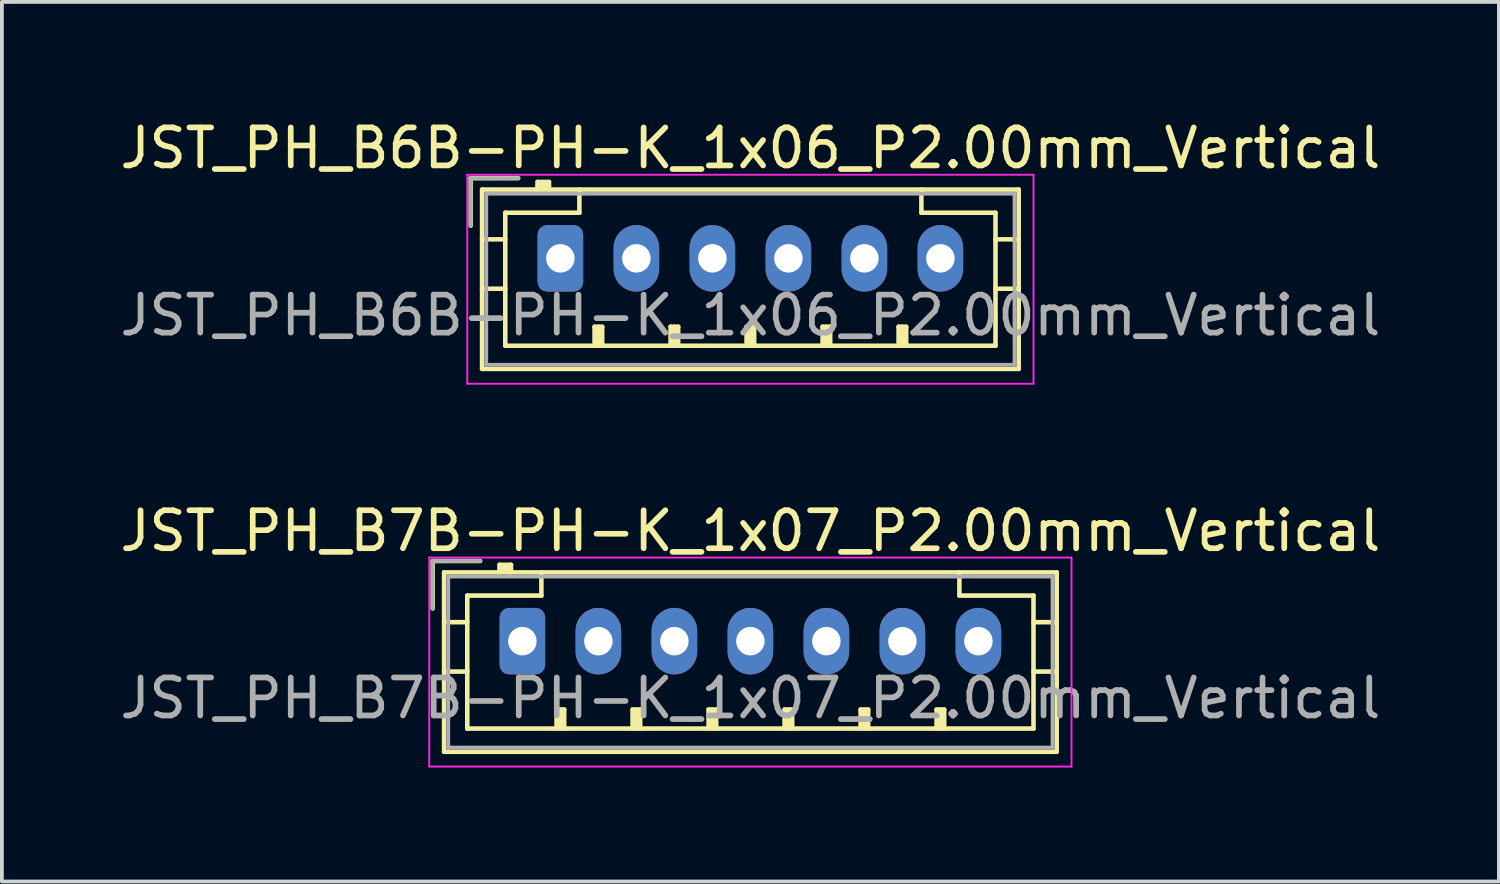
<source format=kicad_pcb>
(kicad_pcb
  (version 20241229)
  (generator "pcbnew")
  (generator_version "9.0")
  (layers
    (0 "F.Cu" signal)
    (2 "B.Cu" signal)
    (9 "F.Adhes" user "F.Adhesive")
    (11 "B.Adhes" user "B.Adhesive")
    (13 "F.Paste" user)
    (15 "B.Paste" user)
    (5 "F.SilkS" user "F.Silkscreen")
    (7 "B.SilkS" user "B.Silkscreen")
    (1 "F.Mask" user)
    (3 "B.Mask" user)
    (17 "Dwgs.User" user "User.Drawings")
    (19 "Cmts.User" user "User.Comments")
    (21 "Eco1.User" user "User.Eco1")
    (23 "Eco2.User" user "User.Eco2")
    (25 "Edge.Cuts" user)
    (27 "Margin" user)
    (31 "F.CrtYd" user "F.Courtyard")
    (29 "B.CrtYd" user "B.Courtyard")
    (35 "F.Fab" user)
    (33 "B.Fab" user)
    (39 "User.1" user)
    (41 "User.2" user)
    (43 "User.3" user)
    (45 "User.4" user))
  (footprint "JST_PH_B6B-PH-K_1x06_P2.00mm_Vertical"
    (layer "F.Cu")
    (at 11.696 3.748)
    (property "Reference" "JST_PH_B6B-PH-K_1x06_P2.00mm_Vertical" (at 5 -2.9 0) (layer "F.SilkS") (effects (font (size 1 1) (thickness 0.15))))
    (attr through_hole)
    (fp_line (start -2.36 -2.11) (end -2.36 -0.86) (stroke (width 0.12) (type solid)) (layer "F.SilkS"))
    (fp_line (start -2.06 -1.81) (end -2.06 2.91) (stroke (width 0.12) (type solid)) (layer "F.SilkS"))
    (fp_line (start -2.06 -0.5) (end -1.45 -0.5) (stroke (width 0.12) (type solid)) (layer "F.SilkS"))
    (fp_line (start -2.06 0.8) (end -1.45 0.8) (stroke (width 0.12) (type solid)) (layer "F.SilkS"))
    (fp_line (start -2.06 2.91) (end 12.06 2.91) (stroke (width 0.12) (type solid)) (layer "F.SilkS"))
    (fp_line (start -1.45 -1.2) (end -1.45 2.3) (stroke (width 0.12) (type solid)) (layer "F.SilkS"))
    (fp_line (start -1.45 2.3) (end 11.45 2.3) (stroke (width 0.12) (type solid)) (layer "F.SilkS"))
    (fp_line (start -1.11 -2.11) (end -2.36 -2.11) (stroke (width 0.12) (type solid)) (layer "F.SilkS"))
    (fp_line (start -0.6 -2.01) (end -0.6 -1.81) (stroke (width 0.12) (type solid)) (layer "F.SilkS"))
    (fp_line (start -0.3 -2.01) (end -0.6 -2.01) (stroke (width 0.12) (type solid)) (layer "F.SilkS"))
    (fp_line (start -0.3 -1.91) (end -0.6 -1.91) (stroke (width 0.12) (type solid)) (layer "F.SilkS"))
    (fp_line (start -0.3 -1.81) (end -0.3 -2.01) (stroke (width 0.12) (type solid)) (layer "F.SilkS"))
    (fp_line (start 0.5 -1.81) (end 0.5 -1.2) (stroke (width 0.12) (type solid)) (layer "F.SilkS"))
    (fp_line (start 0.5 -1.2) (end -1.45 -1.2) (stroke (width 0.12) (type solid)) (layer "F.SilkS"))
    (fp_line (start 0.9 1.8) (end 1.1 1.8) (stroke (width 0.12) (type solid)) (layer "F.SilkS"))
    (fp_line (start 0.9 2.3) (end 0.9 1.8) (stroke (width 0.12) (type solid)) (layer "F.SilkS"))
    (fp_line (start 1 2.3) (end 1 1.8) (stroke (width 0.12) (type solid)) (layer "F.SilkS"))
    (fp_line (start 1.1 1.8) (end 1.1 2.3) (stroke (width 0.12) (type solid)) (layer "F.SilkS"))
    (fp_line (start 2.9 1.8) (end 3.1 1.8) (stroke (width 0.12) (type solid)) (layer "F.SilkS"))
    (fp_line (start 2.9 2.3) (end 2.9 1.8) (stroke (width 0.12) (type solid)) (layer "F.SilkS"))
    (fp_line (start 3 2.3) (end 3 1.8) (stroke (width 0.12) (type solid)) (layer "F.SilkS"))
    (fp_line (start 3.1 1.8) (end 3.1 2.3) (stroke (width 0.12) (type solid)) (layer "F.SilkS"))
    (fp_line (start 4.9 1.8) (end 5.1 1.8) (stroke (width 0.12) (type solid)) (layer "F.SilkS"))
    (fp_line (start 4.9 2.3) (end 4.9 1.8) (stroke (width 0.12) (type solid)) (layer "F.SilkS"))
    (fp_line (start 5 2.3) (end 5 1.8) (stroke (width 0.12) (type solid)) (layer "F.SilkS"))
    (fp_line (start 5.1 1.8) (end 5.1 2.3) (stroke (width 0.12) (type solid)) (layer "F.SilkS"))
    (fp_line (start 6.9 1.8) (end 7.1 1.8) (stroke (width 0.12) (type solid)) (layer "F.SilkS"))
    (fp_line (start 6.9 2.3) (end 6.9 1.8) (stroke (width 0.12) (type solid)) (layer "F.SilkS"))
    (fp_line (start 7 2.3) (end 7 1.8) (stroke (width 0.12) (type solid)) (layer "F.SilkS"))
    (fp_line (start 7.1 1.8) (end 7.1 2.3) (stroke (width 0.12) (type solid)) (layer "F.SilkS"))
    (fp_line (start 8.9 1.8) (end 9.1 1.8) (stroke (width 0.12) (type solid)) (layer "F.SilkS"))
    (fp_line (start 8.9 2.3) (end 8.9 1.8) (stroke (width 0.12) (type solid)) (layer "F.SilkS"))
    (fp_line (start 9 2.3) (end 9 1.8) (stroke (width 0.12) (type solid)) (layer "F.SilkS"))
    (fp_line (start 9.1 1.8) (end 9.1 2.3) (stroke (width 0.12) (type solid)) (layer "F.SilkS"))
    (fp_line (start 9.5 -1.2) (end 9.5 -1.81) (stroke (width 0.12) (type solid)) (layer "F.SilkS"))
    (fp_line (start 11.45 -1.2) (end 9.5 -1.2) (stroke (width 0.12) (type solid)) (layer "F.SilkS"))
    (fp_line (start 11.45 2.3) (end 11.45 -1.2) (stroke (width 0.12) (type solid)) (layer "F.SilkS"))
    (fp_line (start 12.06 -1.81) (end -2.06 -1.81) (stroke (width 0.12) (type solid)) (layer "F.SilkS"))
    (fp_line (start 12.06 -0.5) (end 11.45 -0.5) (stroke (width 0.12) (type solid)) (layer "F.SilkS"))
    (fp_line (start 12.06 0.8) (end 11.45 0.8) (stroke (width 0.12) (type solid)) (layer "F.SilkS"))
    (fp_line (start 12.06 2.91) (end 12.06 -1.81) (stroke (width 0.12) (type solid)) (layer "F.SilkS"))
    (fp_line (start -2.45 -2.2) (end -2.45 3.3) (stroke (width 0.05) (type solid)) (layer "F.CrtYd"))
    (fp_line (start -2.45 3.3) (end 12.45 3.3) (stroke (width 0.05) (type solid)) (layer "F.CrtYd"))
    (fp_line (start 12.45 -2.2) (end -2.45 -2.2) (stroke (width 0.05) (type solid)) (layer "F.CrtYd"))
    (fp_line (start 12.45 3.3) (end 12.45 -2.2) (stroke (width 0.05) (type solid)) (layer "F.CrtYd"))
    (fp_line (start -2.36 -2.11) (end -2.36 -0.86) (stroke (width 0.1) (type solid)) (layer "F.Fab"))
    (fp_line (start -1.95 -1.7) (end -1.95 2.8) (stroke (width 0.1) (type solid)) (layer "F.Fab"))
    (fp_line (start -1.95 2.8) (end 11.95 2.8) (stroke (width 0.1) (type solid)) (layer "F.Fab"))
    (fp_line (start -1.11 -2.11) (end -2.36 -2.11) (stroke (width 0.1) (type solid)) (layer "F.Fab"))
    (fp_line (start 11.95 -1.7) (end -1.95 -1.7) (stroke (width 0.1) (type solid)) (layer "F.Fab"))
    (fp_line (start 11.95 2.8) (end 11.95 -1.7) (stroke (width 0.1) (type solid)) (layer "F.Fab"))
    (fp_text user "${REFERENCE}" (at 5 1.5 0) (layer "F.Fab") (effects (font (size 1 1) (thickness 0.15))))
    (pad "1" thru_hole roundrect (at 0 0) (size 1.2 1.75) (drill 0.75) (layers "*.Cu" "*.Mask") (roundrect_rratio 0.208))
    (pad "2" thru_hole oval (at 2 0) (size 1.2 1.75) (drill 0.75) (layers "*.Cu" "*.Mask"))
    (pad "3" thru_hole oval (at 4 0) (size 1.2 1.75) (drill 0.75) (layers "*.Cu" "*.Mask"))
    (pad "4" thru_hole oval (at 6 0) (size 1.2 1.75) (drill 0.75) (layers "*.Cu" "*.Mask"))
    (pad "5" thru_hole oval (at 8 0) (size 1.2 1.75) (drill 0.75) (layers "*.Cu" "*.Mask"))
    (pad "6" thru_hole oval (at 10 0) (size 1.2 1.75) (drill 0.75) (layers "*.Cu" "*.Mask")))
  (footprint "JST_PH_B7B-PH-K_1x07_P2.00mm_Vertical"
    (layer "F.Cu")
    (at 10.696 13.822)
    (property "Reference" "JST_PH_B7B-PH-K_1x07_P2.00mm_Vertical" (at 6 -2.9 0) (layer "F.SilkS") (effects (font (size 1 1) (thickness 0.15))))
    (attr through_hole)
    (fp_line (start -2.36 -2.11) (end -2.36 -0.86) (stroke (width 0.12) (type solid)) (layer "F.SilkS"))
    (fp_line (start -2.06 -1.81) (end -2.06 2.91) (stroke (width 0.12) (type solid)) (layer "F.SilkS"))
    (fp_line (start -2.06 -0.5) (end -1.45 -0.5) (stroke (width 0.12) (type solid)) (layer "F.SilkS"))
    (fp_line (start -2.06 0.8) (end -1.45 0.8) (stroke (width 0.12) (type solid)) (layer "F.SilkS"))
    (fp_line (start -2.06 2.91) (end 14.06 2.91) (stroke (width 0.12) (type solid)) (layer "F.SilkS"))
    (fp_line (start -1.45 -1.2) (end -1.45 2.3) (stroke (width 0.12) (type solid)) (layer "F.SilkS"))
    (fp_line (start -1.45 2.3) (end 13.45 2.3) (stroke (width 0.12) (type solid)) (layer "F.SilkS"))
    (fp_line (start -1.11 -2.11) (end -2.36 -2.11) (stroke (width 0.12) (type solid)) (layer "F.SilkS"))
    (fp_line (start -0.6 -2.01) (end -0.6 -1.81) (stroke (width 0.12) (type solid)) (layer "F.SilkS"))
    (fp_line (start -0.3 -2.01) (end -0.6 -2.01) (stroke (width 0.12) (type solid)) (layer "F.SilkS"))
    (fp_line (start -0.3 -1.91) (end -0.6 -1.91) (stroke (width 0.12) (type solid)) (layer "F.SilkS"))
    (fp_line (start -0.3 -1.81) (end -0.3 -2.01) (stroke (width 0.12) (type solid)) (layer "F.SilkS"))
    (fp_line (start 0.5 -1.81) (end 0.5 -1.2) (stroke (width 0.12) (type solid)) (layer "F.SilkS"))
    (fp_line (start 0.5 -1.2) (end -1.45 -1.2) (stroke (width 0.12) (type solid)) (layer "F.SilkS"))
    (fp_line (start 0.9 1.8) (end 1.1 1.8) (stroke (width 0.12) (type solid)) (layer "F.SilkS"))
    (fp_line (start 0.9 2.3) (end 0.9 1.8) (stroke (width 0.12) (type solid)) (layer "F.SilkS"))
    (fp_line (start 1 2.3) (end 1 1.8) (stroke (width 0.12) (type solid)) (layer "F.SilkS"))
    (fp_line (start 1.1 1.8) (end 1.1 2.3) (stroke (width 0.12) (type solid)) (layer "F.SilkS"))
    (fp_line (start 2.9 1.8) (end 3.1 1.8) (stroke (width 0.12) (type solid)) (layer "F.SilkS"))
    (fp_line (start 2.9 2.3) (end 2.9 1.8) (stroke (width 0.12) (type solid)) (layer "F.SilkS"))
    (fp_line (start 3 2.3) (end 3 1.8) (stroke (width 0.12) (type solid)) (layer "F.SilkS"))
    (fp_line (start 3.1 1.8) (end 3.1 2.3) (stroke (width 0.12) (type solid)) (layer "F.SilkS"))
    (fp_line (start 4.9 1.8) (end 5.1 1.8) (stroke (width 0.12) (type solid)) (layer "F.SilkS"))
    (fp_line (start 4.9 2.3) (end 4.9 1.8) (stroke (width 0.12) (type solid)) (layer "F.SilkS"))
    (fp_line (start 5 2.3) (end 5 1.8) (stroke (width 0.12) (type solid)) (layer "F.SilkS"))
    (fp_line (start 5.1 1.8) (end 5.1 2.3) (stroke (width 0.12) (type solid)) (layer "F.SilkS"))
    (fp_line (start 6.9 1.8) (end 7.1 1.8) (stroke (width 0.12) (type solid)) (layer "F.SilkS"))
    (fp_line (start 6.9 2.3) (end 6.9 1.8) (stroke (width 0.12) (type solid)) (layer "F.SilkS"))
    (fp_line (start 7 2.3) (end 7 1.8) (stroke (width 0.12) (type solid)) (layer "F.SilkS"))
    (fp_line (start 7.1 1.8) (end 7.1 2.3) (stroke (width 0.12) (type solid)) (layer "F.SilkS"))
    (fp_line (start 8.9 1.8) (end 9.1 1.8) (stroke (width 0.12) (type solid)) (layer "F.SilkS"))
    (fp_line (start 8.9 2.3) (end 8.9 1.8) (stroke (width 0.12) (type solid)) (layer "F.SilkS"))
    (fp_line (start 9 2.3) (end 9 1.8) (stroke (width 0.12) (type solid)) (layer "F.SilkS"))
    (fp_line (start 9.1 1.8) (end 9.1 2.3) (stroke (width 0.12) (type solid)) (layer "F.SilkS"))
    (fp_line (start 10.9 1.8) (end 11.1 1.8) (stroke (width 0.12) (type solid)) (layer "F.SilkS"))
    (fp_line (start 10.9 2.3) (end 10.9 1.8) (stroke (width 0.12) (type solid)) (layer "F.SilkS"))
    (fp_line (start 11 2.3) (end 11 1.8) (stroke (width 0.12) (type solid)) (layer "F.SilkS"))
    (fp_line (start 11.1 1.8) (end 11.1 2.3) (stroke (width 0.12) (type solid)) (layer "F.SilkS"))
    (fp_line (start 11.5 -1.2) (end 11.5 -1.81) (stroke (width 0.12) (type solid)) (layer "F.SilkS"))
    (fp_line (start 13.45 -1.2) (end 11.5 -1.2) (stroke (width 0.12) (type solid)) (layer "F.SilkS"))
    (fp_line (start 13.45 2.3) (end 13.45 -1.2) (stroke (width 0.12) (type solid)) (layer "F.SilkS"))
    (fp_line (start 14.06 -1.81) (end -2.06 -1.81) (stroke (width 0.12) (type solid)) (layer "F.SilkS"))
    (fp_line (start 14.06 -0.5) (end 13.45 -0.5) (stroke (width 0.12) (type solid)) (layer "F.SilkS"))
    (fp_line (start 14.06 0.8) (end 13.45 0.8) (stroke (width 0.12) (type solid)) (layer "F.SilkS"))
    (fp_line (start 14.06 2.91) (end 14.06 -1.81) (stroke (width 0.12) (type solid)) (layer "F.SilkS"))
    (fp_line (start -2.45 -2.2) (end -2.45 3.3) (stroke (width 0.05) (type solid)) (layer "F.CrtYd"))
    (fp_line (start -2.45 3.3) (end 14.45 3.3) (stroke (width 0.05) (type solid)) (layer "F.CrtYd"))
    (fp_line (start 14.45 -2.2) (end -2.45 -2.2) (stroke (width 0.05) (type solid)) (layer "F.CrtYd"))
    (fp_line (start 14.45 3.3) (end 14.45 -2.2) (stroke (width 0.05) (type solid)) (layer "F.CrtYd"))
    (fp_line (start -2.36 -2.11) (end -2.36 -0.86) (stroke (width 0.1) (type solid)) (layer "F.Fab"))
    (fp_line (start -1.95 -1.7) (end -1.95 2.8) (stroke (width 0.1) (type solid)) (layer "F.Fab"))
    (fp_line (start -1.95 2.8) (end 13.95 2.8) (stroke (width 0.1) (type solid)) (layer "F.Fab"))
    (fp_line (start -1.11 -2.11) (end -2.36 -2.11) (stroke (width 0.1) (type solid)) (layer "F.Fab"))
    (fp_line (start 13.95 -1.7) (end -1.95 -1.7) (stroke (width 0.1) (type solid)) (layer "F.Fab"))
    (fp_line (start 13.95 2.8) (end 13.95 -1.7) (stroke (width 0.1) (type solid)) (layer "F.Fab"))
    (fp_text user "${REFERENCE}" (at 6 1.5 0) (layer "F.Fab") (effects (font (size 1 1) (thickness 0.15))))
    (pad "1" thru_hole roundrect (at 0 0) (size 1.2 1.75) (drill 0.75) (layers "*.Cu" "*.Mask") (roundrect_rratio 0.208))
    (pad "2" thru_hole oval (at 2 0) (size 1.2 1.75) (drill 0.75) (layers "*.Cu" "*.Mask"))
    (pad "3" thru_hole oval (at 4 0) (size 1.2 1.75) (drill 0.75) (layers "*.Cu" "*.Mask"))
    (pad "4" thru_hole oval (at 6 0) (size 1.2 1.75) (drill 0.75) (layers "*.Cu" "*.Mask"))
    (pad "5" thru_hole oval (at 8 0) (size 1.2 1.75) (drill 0.75) (layers "*.Cu" "*.Mask"))
    (pad "6" thru_hole oval (at 10 0) (size 1.2 1.75) (drill 0.75) (layers "*.Cu" "*.Mask"))
    (pad "7" thru_hole oval (at 12 0) (size 1.2 1.75) (drill 0.75) (layers "*.Cu" "*.Mask")))
  (gr_rect
    (start -3 -3)
    (end 36.393 20.146)
    (stroke (width 0.1) (type default))
    (fill no)
    (layer "Edge.Cuts")))
</source>
